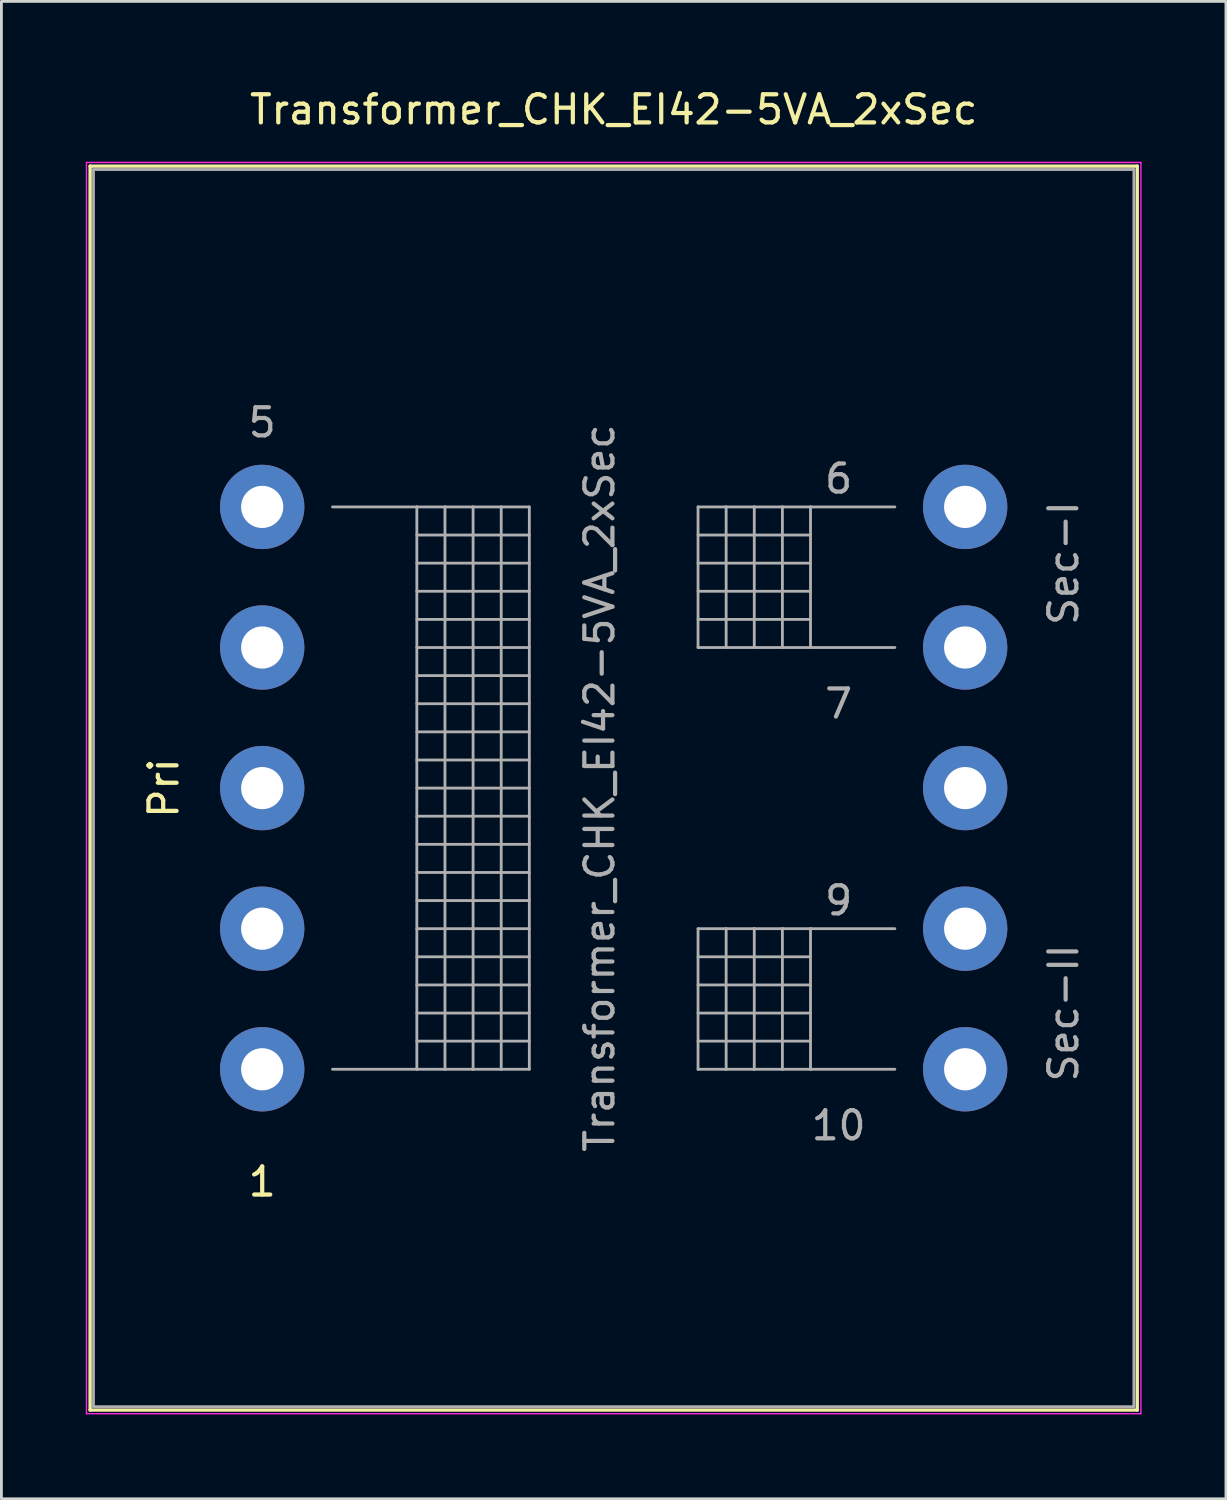
<source format=kicad_pcb>
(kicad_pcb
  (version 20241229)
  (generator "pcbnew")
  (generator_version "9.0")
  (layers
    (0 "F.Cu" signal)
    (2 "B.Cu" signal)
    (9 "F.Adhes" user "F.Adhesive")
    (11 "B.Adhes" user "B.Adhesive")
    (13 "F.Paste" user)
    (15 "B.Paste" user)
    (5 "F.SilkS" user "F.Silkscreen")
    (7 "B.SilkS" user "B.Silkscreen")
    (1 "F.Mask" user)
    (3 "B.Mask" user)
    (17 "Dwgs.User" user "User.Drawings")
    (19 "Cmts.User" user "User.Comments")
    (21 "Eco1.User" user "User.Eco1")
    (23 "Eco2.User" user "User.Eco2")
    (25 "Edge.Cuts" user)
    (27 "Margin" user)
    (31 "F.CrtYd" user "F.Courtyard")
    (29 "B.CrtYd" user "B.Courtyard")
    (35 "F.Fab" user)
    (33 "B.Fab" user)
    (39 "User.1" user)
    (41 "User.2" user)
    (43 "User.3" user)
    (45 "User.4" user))
  (footprint "Transformer_CHK_EI42-5VA_2xSec"
    (layer "F.Cu")
    (at 6.275 34.978)
    (property "Reference" "Transformer_CHK_EI42-5VA_2xSec" (at 12.5 -34.13 0) (layer "F.SilkS") (effects (font (size 1 1) (thickness 0.15))))
    (attr through_hole)
    (fp_line (start -6.12 -32.12) (end -6.12 12.12) (stroke (width 0.12) (type solid)) (layer "F.SilkS"))
    (fp_line (start -6.12 -32.12) (end 31.12 -32.12) (stroke (width 0.12) (type solid)) (layer "F.SilkS"))
    (fp_line (start 31.12 12.12) (end -6.12 12.12) (stroke (width 0.12) (type solid)) (layer "F.SilkS"))
    (fp_line (start 31.12 12.12) (end 31.12 -32.12) (stroke (width 0.12) (type solid)) (layer "F.SilkS"))
    (fp_line (start -6.25 -32.25) (end -6.25 12.25) (stroke (width 0.05) (type solid)) (layer "F.CrtYd"))
    (fp_line (start -6.25 -32.25) (end 31.25 -32.25) (stroke (width 0.05) (type solid)) (layer "F.CrtYd"))
    (fp_line (start 31.25 12.25) (end -6.25 12.25) (stroke (width 0.05) (type solid)) (layer "F.CrtYd"))
    (fp_line (start 31.25 12.25) (end 31.25 -32.25) (stroke (width 0.05) (type solid)) (layer "F.CrtYd"))
    (fp_line (start -6 -32) (end -6 12) (stroke (width 0.1) (type solid)) (layer "F.Fab"))
    (fp_line (start -6 12) (end 31 12) (stroke (width 0.1) (type solid)) (layer "F.Fab"))
    (fp_line (start 2.5 -20) (end 5.5 -20) (stroke (width 0.1) (type solid)) (layer "F.Fab"))
    (fp_line (start 5.5 -20) (end 5.5 0) (stroke (width 0.1) (type solid)) (layer "F.Fab"))
    (fp_line (start 5.5 -20) (end 6.5 -20) (stroke (width 0.1) (type solid)) (layer "F.Fab"))
    (fp_line (start 5.5 -19) (end 9.5 -19) (stroke (width 0.1) (type solid)) (layer "F.Fab"))
    (fp_line (start 5.5 -18) (end 9.5 -18) (stroke (width 0.1) (type solid)) (layer "F.Fab"))
    (fp_line (start 5.5 -17) (end 9.5 -17) (stroke (width 0.1) (type solid)) (layer "F.Fab"))
    (fp_line (start 5.5 -16) (end 9.5 -16) (stroke (width 0.1) (type solid)) (layer "F.Fab"))
    (fp_line (start 5.5 -15) (end 9.5 -15) (stroke (width 0.1) (type solid)) (layer "F.Fab"))
    (fp_line (start 5.5 -14) (end 9.5 -14) (stroke (width 0.1) (type solid)) (layer "F.Fab"))
    (fp_line (start 5.5 -13) (end 9.5 -13) (stroke (width 0.1) (type solid)) (layer "F.Fab"))
    (fp_line (start 5.5 -12) (end 9.5 -12) (stroke (width 0.1) (type solid)) (layer "F.Fab"))
    (fp_line (start 5.5 -11) (end 9.5 -11) (stroke (width 0.1) (type solid)) (layer "F.Fab"))
    (fp_line (start 5.5 -10) (end 9.5 -10) (stroke (width 0.1) (type solid)) (layer "F.Fab"))
    (fp_line (start 5.5 -9) (end 9.5 -9) (stroke (width 0.1) (type solid)) (layer "F.Fab"))
    (fp_line (start 5.5 -8) (end 9.5 -8) (stroke (width 0.1) (type solid)) (layer "F.Fab"))
    (fp_line (start 5.5 -7) (end 9.5 -7) (stroke (width 0.1) (type solid)) (layer "F.Fab"))
    (fp_line (start 5.5 -6) (end 9.5 -6) (stroke (width 0.1) (type solid)) (layer "F.Fab"))
    (fp_line (start 5.5 -5) (end 9.5 -5) (stroke (width 0.1) (type solid)) (layer "F.Fab"))
    (fp_line (start 5.5 -4) (end 9.5 -4) (stroke (width 0.1) (type solid)) (layer "F.Fab"))
    (fp_line (start 5.5 -3) (end 9.5 -3) (stroke (width 0.1) (type solid)) (layer "F.Fab"))
    (fp_line (start 5.5 -2) (end 9.5 -2) (stroke (width 0.1) (type solid)) (layer "F.Fab"))
    (fp_line (start 5.5 -1) (end 9.5 -1) (stroke (width 0.1) (type solid)) (layer "F.Fab"))
    (fp_line (start 5.5 0) (end 2.5 0) (stroke (width 0.1) (type solid)) (layer "F.Fab"))
    (fp_line (start 6.5 -20) (end 6.5 0) (stroke (width 0.1) (type solid)) (layer "F.Fab"))
    (fp_line (start 6.5 -20) (end 7.5 -20) (stroke (width 0.1) (type solid)) (layer "F.Fab"))
    (fp_line (start 6.5 0) (end 5.5 0) (stroke (width 0.1) (type solid)) (layer "F.Fab"))
    (fp_line (start 7.5 -20) (end 7.5 0) (stroke (width 0.1) (type solid)) (layer "F.Fab"))
    (fp_line (start 7.5 -20) (end 8.5 -20) (stroke (width 0.1) (type solid)) (layer "F.Fab"))
    (fp_line (start 7.5 0) (end 6.5 0) (stroke (width 0.1) (type solid)) (layer "F.Fab"))
    (fp_line (start 8.5 -20) (end 8.5 0) (stroke (width 0.1) (type solid)) (layer "F.Fab"))
    (fp_line (start 8.5 -20) (end 9.5 -20) (stroke (width 0.1) (type solid)) (layer "F.Fab"))
    (fp_line (start 8.5 0) (end 7.5 0) (stroke (width 0.1) (type solid)) (layer "F.Fab"))
    (fp_line (start 9.5 -20) (end 9.5 0) (stroke (width 0.1) (type solid)) (layer "F.Fab"))
    (fp_line (start 9.5 0) (end 8.5 0) (stroke (width 0.1) (type solid)) (layer "F.Fab"))
    (fp_line (start 15.5 -20) (end 15.5 -15) (stroke (width 0.1) (type solid)) (layer "F.Fab"))
    (fp_line (start 15.5 -19) (end 19.5 -19) (stroke (width 0.1) (type solid)) (layer "F.Fab"))
    (fp_line (start 15.5 -17) (end 19.5 -17) (stroke (width 0.1) (type solid)) (layer "F.Fab"))
    (fp_line (start 15.5 -15) (end 16.5 -15) (stroke (width 0.1) (type solid)) (layer "F.Fab"))
    (fp_line (start 15.5 -5) (end 15.5 0) (stroke (width 0.1) (type solid)) (layer "F.Fab"))
    (fp_line (start 15.5 -4) (end 19.5 -4) (stroke (width 0.1) (type solid)) (layer "F.Fab"))
    (fp_line (start 15.5 -3) (end 19.5 -3) (stroke (width 0.1) (type solid)) (layer "F.Fab"))
    (fp_line (start 15.5 -2) (end 19.5 -2) (stroke (width 0.1) (type solid)) (layer "F.Fab"))
    (fp_line (start 15.5 -1) (end 19.5 -1) (stroke (width 0.1) (type solid)) (layer "F.Fab"))
    (fp_line (start 15.5 0) (end 16.5 0) (stroke (width 0.1) (type solid)) (layer "F.Fab"))
    (fp_line (start 16.5 -20) (end 15.5 -20) (stroke (width 0.1) (type solid)) (layer "F.Fab"))
    (fp_line (start 16.5 -20) (end 16.5 -15) (stroke (width 0.1) (type solid)) (layer "F.Fab"))
    (fp_line (start 16.5 -15) (end 17.5 -15) (stroke (width 0.1) (type solid)) (layer "F.Fab"))
    (fp_line (start 16.5 -5) (end 15.5 -5) (stroke (width 0.1) (type solid)) (layer "F.Fab"))
    (fp_line (start 16.5 -5) (end 16.5 0) (stroke (width 0.1) (type solid)) (layer "F.Fab"))
    (fp_line (start 16.5 0) (end 17.5 0) (stroke (width 0.1) (type solid)) (layer "F.Fab"))
    (fp_line (start 17.5 -20) (end 16.5 -20) (stroke (width 0.1) (type solid)) (layer "F.Fab"))
    (fp_line (start 17.5 -20) (end 17.5 -15) (stroke (width 0.1) (type solid)) (layer "F.Fab"))
    (fp_line (start 17.5 -15) (end 18.5 -15) (stroke (width 0.1) (type solid)) (layer "F.Fab"))
    (fp_line (start 17.5 -5) (end 16.5 -5) (stroke (width 0.1) (type solid)) (layer "F.Fab"))
    (fp_line (start 17.5 -5) (end 17.5 0) (stroke (width 0.1) (type solid)) (layer "F.Fab"))
    (fp_line (start 17.5 0) (end 18.5 0) (stroke (width 0.1) (type solid)) (layer "F.Fab"))
    (fp_line (start 18.5 -20) (end 17.5 -20) (stroke (width 0.1) (type solid)) (layer "F.Fab"))
    (fp_line (start 18.5 -20) (end 18.5 -15) (stroke (width 0.1) (type solid)) (layer "F.Fab"))
    (fp_line (start 18.5 -15) (end 19.5 -15) (stroke (width 0.1) (type solid)) (layer "F.Fab"))
    (fp_line (start 18.5 -5) (end 17.5 -5) (stroke (width 0.1) (type solid)) (layer "F.Fab"))
    (fp_line (start 18.5 -5) (end 18.5 0) (stroke (width 0.1) (type solid)) (layer "F.Fab"))
    (fp_line (start 18.5 0) (end 19.5 0) (stroke (width 0.1) (type solid)) (layer "F.Fab"))
    (fp_line (start 19.5 -20) (end 18.5 -20) (stroke (width 0.1) (type solid)) (layer "F.Fab"))
    (fp_line (start 19.5 -20) (end 19.5 -15) (stroke (width 0.1) (type solid)) (layer "F.Fab"))
    (fp_line (start 19.5 -18) (end 15.5 -18) (stroke (width 0.1) (type solid)) (layer "F.Fab"))
    (fp_line (start 19.5 -16) (end 15.5 -16) (stroke (width 0.1) (type solid)) (layer "F.Fab"))
    (fp_line (start 19.5 -15) (end 22.5 -15) (stroke (width 0.1) (type solid)) (layer "F.Fab"))
    (fp_line (start 19.5 -5) (end 18.5 -5) (stroke (width 0.1) (type solid)) (layer "F.Fab"))
    (fp_line (start 19.5 -5) (end 19.5 0) (stroke (width 0.1) (type solid)) (layer "F.Fab"))
    (fp_line (start 19.5 0) (end 22.5 0) (stroke (width 0.1) (type solid)) (layer "F.Fab"))
    (fp_line (start 22.5 -20) (end 19.5 -20) (stroke (width 0.1) (type solid)) (layer "F.Fab"))
    (fp_line (start 22.5 -5) (end 19.5 -5) (stroke (width 0.1) (type solid)) (layer "F.Fab"))
    (fp_line (start 31 -32) (end -6 -32) (stroke (width 0.1) (type solid)) (layer "F.Fab"))
    (fp_line (start 31 12) (end 31 -32) (stroke (width 0.1) (type solid)) (layer "F.Fab"))
    (fp_text user "Pri" (at -3.5 -10 90) (layer "F.SilkS") (effects (font (size 1 1) (thickness 0.15))))
    (fp_text user "1" (at 0 4 0) (layer "F.SilkS") (effects (font (size 1 1) (thickness 0.15))))
    (fp_text user "${REFERENCE}" (at 12 -10 90) (layer "F.Fab") (effects (font (size 1 1) (thickness 0.15))))
    (fp_text user "9" (at 20.5 -6 0) (layer "F.Fab") (effects (font (size 1 1) (thickness 0.15))))
    (fp_text user "10" (at 20.5 2 0) (layer "F.Fab") (effects (font (size 1 1) (thickness 0.15))))
    (fp_text user "5" (at 0 -23 0) (layer "F.Fab") (effects (font (size 1 1) (thickness 0.15))))
    (fp_text user "Sec-II" (at 28.5 -2 90) (layer "F.Fab") (effects (font (size 1 1) (thickness 0.15))))
    (fp_text user "6" (at 20.5 -21 0) (layer "F.Fab") (effects (font (size 1 1) (thickness 0.15))))
    (fp_text user "7" (at 20.5 -13 0) (layer "F.Fab") (effects (font (size 1 1) (thickness 0.15))))
    (fp_text user "Sec-I" (at 28.5 -18 90) (layer "F.Fab") (effects (font (size 1 1) (thickness 0.15))))
    (pad "1" thru_hole circle (at 0 0) (size 3 3) (drill 1.5) (layers "*.Cu" "*.Mask"))
    (pad "2" thru_hole circle (at 0 -5) (size 3 3) (drill 1.5) (layers "*.Cu" "*.Mask"))
    (pad "3" thru_hole circle (at 0 -10) (size 3 3) (drill 1.5) (layers "*.Cu" "*.Mask"))
    (pad "4" thru_hole circle (at 0 -15) (size 3 3) (drill 1.5) (layers "*.Cu" "*.Mask"))
    (pad "5" thru_hole circle (at 0 -20) (size 3 3) (drill 1.5) (layers "*.Cu" "*.Mask"))
    (pad "6" thru_hole circle (at 25 -20) (size 3 3) (drill 1.5) (layers "*.Cu" "*.Mask"))
    (pad "7" thru_hole circle (at 25 -15) (size 3 3) (drill 1.5) (layers "*.Cu" "*.Mask"))
    (pad "8" thru_hole circle (at 25 -10) (size 3 3) (drill 1.5) (layers "*.Cu" "*.Mask"))
    (pad "9" thru_hole circle (at 25 -5) (size 3 3) (drill 1.5) (layers "*.Cu" "*.Mask"))
    (pad "10" thru_hole circle (at 25 0) (size 3 3) (drill 1.5) (layers "*.Cu" "*.Mask")))
  (gr_rect
    (start -3 -3)
    (end 40.55 50.253)
    (stroke (width 0.1) (type default))
    (fill no)
    (layer "Edge.Cuts")))
</source>
